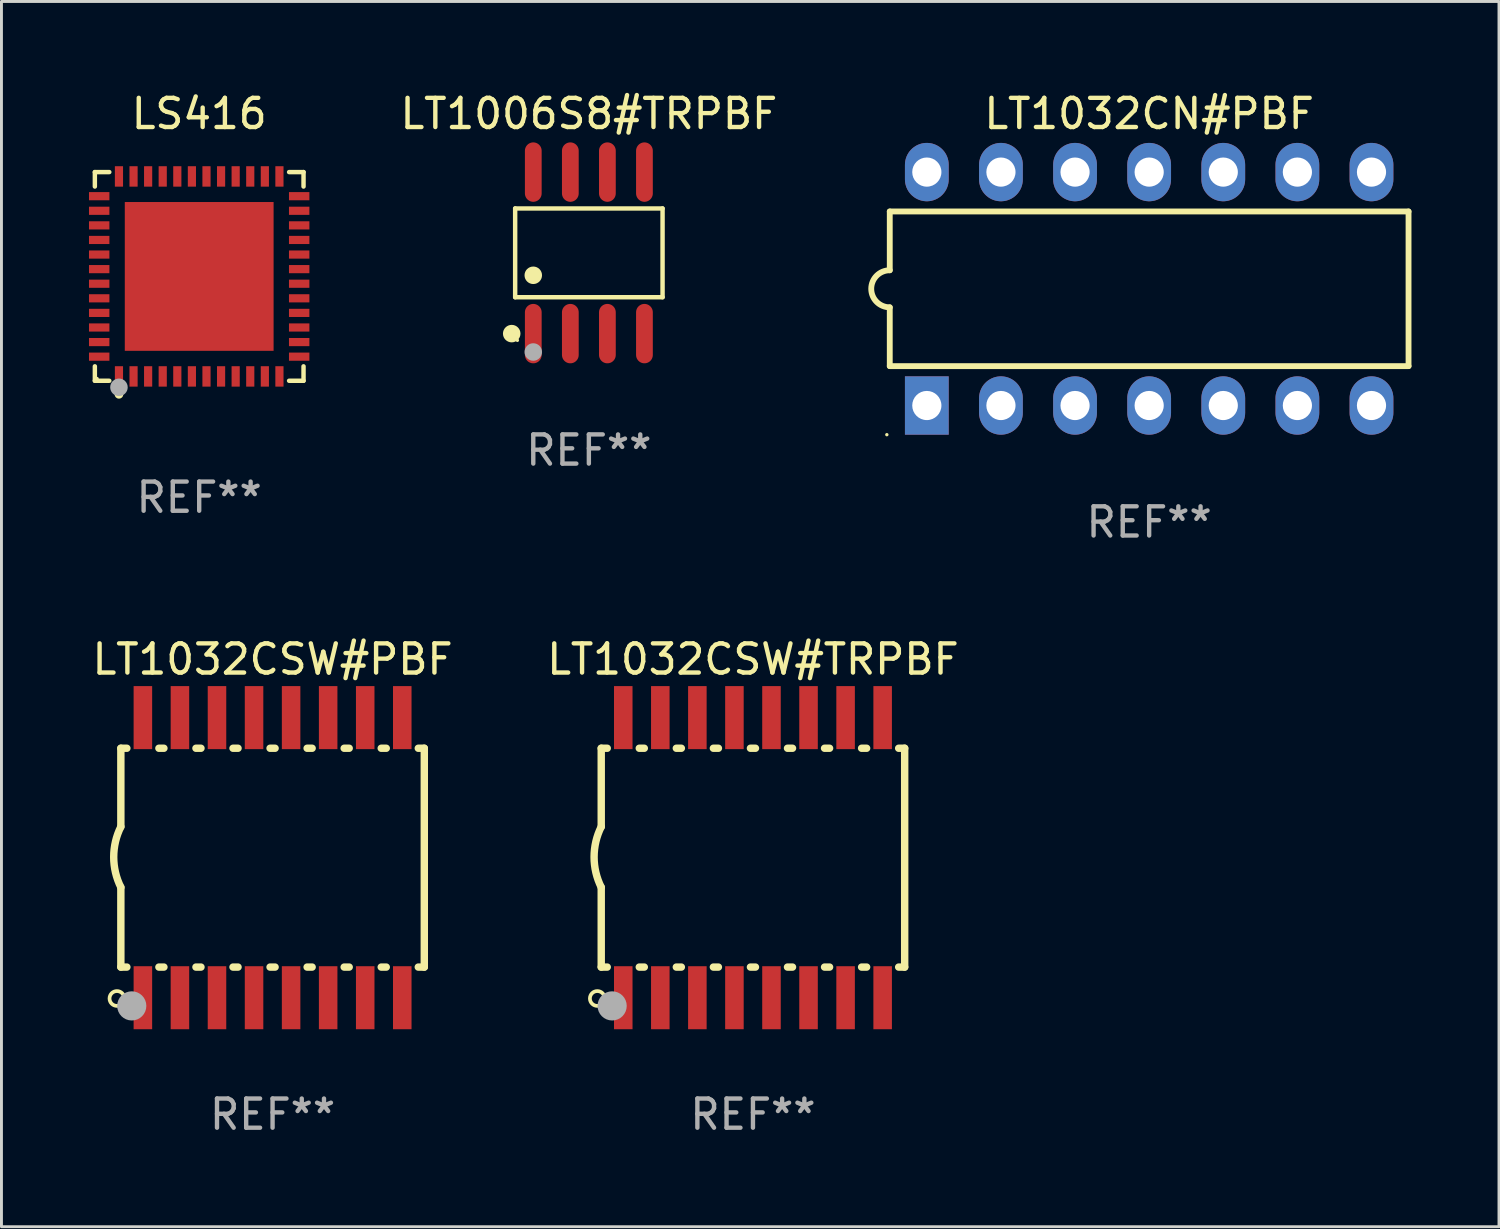
<source format=kicad_pcb>
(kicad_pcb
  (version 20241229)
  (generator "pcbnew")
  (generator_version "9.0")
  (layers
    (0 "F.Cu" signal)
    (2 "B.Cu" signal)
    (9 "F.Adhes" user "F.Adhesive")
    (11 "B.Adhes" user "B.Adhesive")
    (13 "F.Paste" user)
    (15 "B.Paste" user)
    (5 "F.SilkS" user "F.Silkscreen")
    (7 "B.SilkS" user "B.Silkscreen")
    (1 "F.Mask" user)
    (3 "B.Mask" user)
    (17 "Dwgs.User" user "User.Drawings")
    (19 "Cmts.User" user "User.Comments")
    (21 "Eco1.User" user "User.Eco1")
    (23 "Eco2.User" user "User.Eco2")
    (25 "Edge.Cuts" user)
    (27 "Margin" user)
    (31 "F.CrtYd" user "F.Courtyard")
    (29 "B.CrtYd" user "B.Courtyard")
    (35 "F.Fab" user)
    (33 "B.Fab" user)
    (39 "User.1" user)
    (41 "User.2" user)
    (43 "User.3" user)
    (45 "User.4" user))
  (footprint "LS416"
    (layer "F.Cu")
    (at 3.777 6.424)
    (property "Reference" "LS416" (at 0 -5.576 0) (layer "F.SilkS") (effects (font (size 1 1) (thickness 0.15))))
    (attr through_hole)
    (fp_line (start -3.576 -3.576) (end -3.081 -3.576) (stroke (width 0.152) (type solid)) (layer "F.SilkS"))
    (fp_line (start -3.576 -3.081) (end -3.576 -3.576) (stroke (width 0.152) (type solid)) (layer "F.SilkS"))
    (fp_line (start -3.576 3.081) (end -3.576 3.576) (stroke (width 0.152) (type solid)) (layer "F.SilkS"))
    (fp_line (start -3.576 3.576) (end -3.081 3.576) (stroke (width 0.152) (type solid)) (layer "F.SilkS"))
    (fp_line (start 3.576 -3.576) (end 3.081 -3.576) (stroke (width 0.152) (type solid)) (layer "F.SilkS"))
    (fp_line (start 3.576 -3.081) (end 3.576 -3.576) (stroke (width 0.152) (type solid)) (layer "F.SilkS"))
    (fp_line (start 3.576 3.081) (end 3.576 3.576) (stroke (width 0.152) (type solid)) (layer "F.SilkS"))
    (fp_line (start 3.576 3.576) (end 3.081 3.576) (stroke (width 0.152) (type solid)) (layer "F.SilkS"))
    (fp_circle (center -3.5 3.5) (end -3.47 3.5) (stroke (width 0.06) (type solid)) (fill no) (layer "F.SilkS"))
    (fp_circle (center -2.75 4.04) (end -2.675 4.04) (stroke (width 0.15) (type solid)) (fill no) (layer "F.SilkS"))
    (fp_circle (center -2.75 3.8) (end -2.6 3.8) (stroke (width 0.3) (type solid)) (fill no) (layer "F.Fab"))
    (fp_text user "REF**" (at 0 7.576 0) (layer "F.Fab") (effects (font (size 1 1) (thickness 0.15))))
    (pad "1" smd rect (at -2.75 3.427) (size 0.28 0.7) (layers "F.Cu" "F.Mask" "F.Paste"))
    (pad "2" smd rect (at -2.25 3.427) (size 0.28 0.7) (layers "F.Cu" "F.Mask" "F.Paste"))
    (pad "3" smd rect (at -1.75 3.427) (size 0.28 0.7) (layers "F.Cu" "F.Mask" "F.Paste"))
    (pad "4" smd rect (at -1.25 3.427) (size 0.28 0.7) (layers "F.Cu" "F.Mask" "F.Paste"))
    (pad "5" smd rect (at -0.75 3.427) (size 0.28 0.7) (layers "F.Cu" "F.Mask" "F.Paste"))
    (pad "6" smd rect (at -0.25 3.427) (size 0.28 0.7) (layers "F.Cu" "F.Mask" "F.Paste"))
    (pad "7" smd rect (at 0.25 3.427) (size 0.28 0.7) (layers "F.Cu" "F.Mask" "F.Paste"))
    (pad "8" smd rect (at 0.75 3.427) (size 0.28 0.7) (layers "F.Cu" "F.Mask" "F.Paste"))
    (pad "9" smd rect (at 1.25 3.427) (size 0.28 0.7) (layers "F.Cu" "F.Mask" "F.Paste"))
    (pad "10" smd rect (at 1.75 3.427) (size 0.28 0.7) (layers "F.Cu" "F.Mask" "F.Paste"))
    (pad "11" smd rect (at 2.25 3.427) (size 0.28 0.7) (layers "F.Cu" "F.Mask" "F.Paste"))
    (pad "12" smd rect (at 2.75 3.427) (size 0.28 0.7) (layers "F.Cu" "F.Mask" "F.Paste"))
    (pad "13" smd rect (at 3.427 2.75) (size 0.7 0.28) (layers "F.Cu" "F.Mask" "F.Paste"))
    (pad "14" smd rect (at 3.427 2.25) (size 0.7 0.28) (layers "F.Cu" "F.Mask" "F.Paste"))
    (pad "15" smd rect (at 3.427 1.75) (size 0.7 0.28) (layers "F.Cu" "F.Mask" "F.Paste"))
    (pad "16" smd rect (at 3.427 1.25) (size 0.7 0.28) (layers "F.Cu" "F.Mask" "F.Paste"))
    (pad "17" smd rect (at 3.427 0.75) (size 0.7 0.28) (layers "F.Cu" "F.Mask" "F.Paste"))
    (pad "18" smd rect (at 3.427 0.25) (size 0.7 0.28) (layers "F.Cu" "F.Mask" "F.Paste"))
    (pad "19" smd rect (at 3.427 -0.25) (size 0.7 0.28) (layers "F.Cu" "F.Mask" "F.Paste"))
    (pad "20" smd rect (at 3.427 -0.75) (size 0.7 0.28) (layers "F.Cu" "F.Mask" "F.Paste"))
    (pad "21" smd rect (at 3.427 -1.25) (size 0.7 0.28) (layers "F.Cu" "F.Mask" "F.Paste"))
    (pad "22" smd rect (at 3.427 -1.75) (size 0.7 0.28) (layers "F.Cu" "F.Mask" "F.Paste"))
    (pad "23" smd rect (at 3.427 -2.25) (size 0.7 0.28) (layers "F.Cu" "F.Mask" "F.Paste"))
    (pad "24" smd rect (at 3.427 -2.75) (size 0.7 0.28) (layers "F.Cu" "F.Mask" "F.Paste"))
    (pad "25" smd rect (at 2.75 -3.427) (size 0.28 0.7) (layers "F.Cu" "F.Mask" "F.Paste"))
    (pad "26" smd rect (at 2.25 -3.427) (size 0.28 0.7) (layers "F.Cu" "F.Mask" "F.Paste"))
    (pad "27" smd rect (at 1.75 -3.427) (size 0.28 0.7) (layers "F.Cu" "F.Mask" "F.Paste"))
    (pad "28" smd rect (at 1.25 -3.427) (size 0.28 0.7) (layers "F.Cu" "F.Mask" "F.Paste"))
    (pad "29" smd rect (at 0.75 -3.427) (size 0.28 0.7) (layers "F.Cu" "F.Mask" "F.Paste"))
    (pad "30" smd rect (at 0.25 -3.427) (size 0.28 0.7) (layers "F.Cu" "F.Mask" "F.Paste"))
    (pad "31" smd rect (at -0.25 -3.427) (size 0.28 0.7) (layers "F.Cu" "F.Mask" "F.Paste"))
    (pad "32" smd rect (at -0.75 -3.427) (size 0.28 0.7) (layers "F.Cu" "F.Mask" "F.Paste"))
    (pad "33" smd rect (at -1.25 -3.427) (size 0.28 0.7) (layers "F.Cu" "F.Mask" "F.Paste"))
    (pad "34" smd rect (at -1.75 -3.427) (size 0.28 0.7) (layers "F.Cu" "F.Mask" "F.Paste"))
    (pad "35" smd rect (at -2.25 -3.427) (size 0.28 0.7) (layers "F.Cu" "F.Mask" "F.Paste"))
    (pad "36" smd rect (at -2.75 -3.427) (size 0.28 0.7) (layers "F.Cu" "F.Mask" "F.Paste"))
    (pad "37" smd rect (at -3.427 -2.75) (size 0.7 0.28) (layers "F.Cu" "F.Mask" "F.Paste"))
    (pad "38" smd rect (at -3.427 -2.25) (size 0.7 0.28) (layers "F.Cu" "F.Mask" "F.Paste"))
    (pad "39" smd rect (at -3.427 -1.75) (size 0.7 0.28) (layers "F.Cu" "F.Mask" "F.Paste"))
    (pad "40" smd rect (at -3.427 -1.25) (size 0.7 0.28) (layers "F.Cu" "F.Mask" "F.Paste"))
    (pad "41" smd rect (at -3.427 -0.75) (size 0.7 0.28) (layers "F.Cu" "F.Mask" "F.Paste"))
    (pad "42" smd rect (at -3.427 -0.25) (size 0.7 0.28) (layers "F.Cu" "F.Mask" "F.Paste"))
    (pad "43" smd rect (at -3.427 0.25) (size 0.7 0.28) (layers "F.Cu" "F.Mask" "F.Paste"))
    (pad "44" smd rect (at -3.427 0.75) (size 0.7 0.28) (layers "F.Cu" "F.Mask" "F.Paste"))
    (pad "45" smd rect (at -3.427 1.25) (size 0.7 0.28) (layers "F.Cu" "F.Mask" "F.Paste"))
    (pad "46" smd rect (at -3.427 1.75) (size 0.7 0.28) (layers "F.Cu" "F.Mask" "F.Paste"))
    (pad "47" smd rect (at -3.427 2.25) (size 0.7 0.28) (layers "F.Cu" "F.Mask" "F.Paste"))
    (pad "48" smd rect (at -3.427 2.75) (size 0.7 0.28) (layers "F.Cu" "F.Mask" "F.Paste"))
    (pad "49" smd rect (at 0 0) (size 5.1 5.1) (layers "F.Cu" "F.Mask" "F.Paste")))
  (footprint "LT1006S8#TRPBF"
    (layer "F.Cu")
    (at 17.132 5.616)
    (property "Reference" "LT1006S8#TRPBF" (at 0 -4.768 0) (layer "F.SilkS") (effects (font (size 1 1) (thickness 0.15))))
    (attr through_hole)
    (fp_line (start -2.526 -1.521) (end 2.526 -1.521) (stroke (width 0.152) (type solid)) (layer "F.SilkS"))
    (fp_line (start -2.526 1.521) (end -2.526 -1.521) (stroke (width 0.152) (type solid)) (layer "F.SilkS"))
    (fp_line (start 2.526 -1.521) (end 2.526 1.521) (stroke (width 0.152) (type solid)) (layer "F.SilkS"))
    (fp_line (start 2.526 1.521) (end -2.526 1.521) (stroke (width 0.152) (type solid)) (layer "F.SilkS"))
    (fp_circle (center -2.644 2.768) (end -2.494 2.768) (stroke (width 0.3) (type solid)) (fill no) (layer "F.SilkS"))
    (fp_circle (center -2.45 2.998) (end -2.42 2.998) (stroke (width 0.06) (type solid)) (fill no) (layer "F.SilkS"))
    (fp_circle (center -1.905 0.769) (end -1.755 0.769) (stroke (width 0.3) (type solid)) (fill no) (layer "F.SilkS"))
    (fp_circle (center -1.905 3.398) (end -1.755 3.398) (stroke (width 0.3) (type solid)) (fill no) (layer "F.Fab"))
    (fp_text user "REF**" (at 0 6.768 0) (layer "F.Fab") (effects (font (size 1 1) (thickness 0.15))))
    (pad "1" smd oval (at -1.905 2.768) (size 0.574 2.036) (layers "F.Cu" "F.Mask" "F.Paste"))
    (pad "2" smd oval (at -0.635 2.768) (size 0.574 2.036) (layers "F.Cu" "F.Mask" "F.Paste"))
    (pad "3" smd oval (at 0.635 2.768) (size 0.574 2.036) (layers "F.Cu" "F.Mask" "F.Paste"))
    (pad "4" smd oval (at 1.905 2.768) (size 0.574 2.036) (layers "F.Cu" "F.Mask" "F.Paste"))
    (pad "5" smd oval (at 1.905 -2.768) (size 0.574 2.036) (layers "F.Cu" "F.Mask" "F.Paste"))
    (pad "6" smd oval (at 0.635 -2.768) (size 0.574 2.036) (layers "F.Cu" "F.Mask" "F.Paste"))
    (pad "7" smd oval (at -0.635 -2.768) (size 0.574 2.036) (layers "F.Cu" "F.Mask" "F.Paste"))
    (pad "8" smd oval (at -1.905 -2.768) (size 0.574 2.036) (layers "F.Cu" "F.Mask" "F.Paste")))
  (footprint "LT1032CSW#TRPBF"
    (layer "F.Cu")
    (at 22.756 26.345)
    (property "Reference" "LT1032CSW#TRPBF" (at 0 -6.8 0) (layer "F.SilkS") (effects (font (size 1 1) (thickness 0.15))))
    (attr through_hole)
    (fp_line (start -5.2 -3.75) (end -5.2 -1.06) (stroke (width 0.254) (type solid)) (layer "F.SilkS"))
    (fp_line (start -5.2 -3.75) (end -4.994 -3.75) (stroke (width 0.254) (type solid)) (layer "F.SilkS"))
    (fp_line (start -5.2 3.75) (end -5.2 1.016) (stroke (width 0.254) (type solid)) (layer "F.SilkS"))
    (fp_line (start -5.2 3.75) (end -4.994 3.75) (stroke (width 0.254) (type solid)) (layer "F.SilkS"))
    (fp_line (start -3.896 -3.75) (end -3.724 -3.75) (stroke (width 0.254) (type solid)) (layer "F.SilkS"))
    (fp_line (start -3.896 3.75) (end -3.724 3.75) (stroke (width 0.254) (type solid)) (layer "F.SilkS"))
    (fp_line (start -2.626 -3.75) (end -2.454 -3.75) (stroke (width 0.254) (type solid)) (layer "F.SilkS"))
    (fp_line (start -2.626 3.75) (end -2.454 3.75) (stroke (width 0.254) (type solid)) (layer "F.SilkS"))
    (fp_line (start -1.356 -3.75) (end -1.184 -3.75) (stroke (width 0.254) (type solid)) (layer "F.SilkS"))
    (fp_line (start -1.356 3.75) (end -1.184 3.75) (stroke (width 0.254) (type solid)) (layer "F.SilkS"))
    (fp_line (start -0.086 -3.75) (end 0.086 -3.75) (stroke (width 0.254) (type solid)) (layer "F.SilkS"))
    (fp_line (start -0.086 3.75) (end 0.086 3.75) (stroke (width 0.254) (type solid)) (layer "F.SilkS"))
    (fp_line (start 1.184 -3.75) (end 1.356 -3.75) (stroke (width 0.254) (type solid)) (layer "F.SilkS"))
    (fp_line (start 1.184 3.75) (end 1.356 3.75) (stroke (width 0.254) (type solid)) (layer "F.SilkS"))
    (fp_line (start 2.454 -3.75) (end 2.626 -3.75) (stroke (width 0.254) (type solid)) (layer "F.SilkS"))
    (fp_line (start 2.454 3.75) (end 2.626 3.75) (stroke (width 0.254) (type solid)) (layer "F.SilkS"))
    (fp_line (start 3.724 -3.75) (end 3.896 -3.75) (stroke (width 0.254) (type solid)) (layer "F.SilkS"))
    (fp_line (start 3.724 3.75) (end 3.896 3.75) (stroke (width 0.254) (type solid)) (layer "F.SilkS"))
    (fp_line (start 4.994 -3.75) (end 5.2 -3.75) (stroke (width 0.254) (type solid)) (layer "F.SilkS"))
    (fp_line (start 4.994 3.75) (end 5.2 3.75) (stroke (width 0.254) (type solid)) (layer "F.SilkS"))
    (fp_line (start 5.2 3.75) (end 5.2 -3.75) (stroke (width 0.254) (type solid)) (layer "F.SilkS"))
    (fp_arc (start -5.199391 1.016002) (mid -5.444637 -0.021925) (end -5.2 -1.059995) (stroke (width 0.254001) (type solid)) (layer "F.SilkS"))
    (fp_circle (center -5.334 4.826) (end -5.08 4.826) (stroke (width 0.127) (type solid)) (fill no) (layer "F.SilkS"))
    (fp_circle (center -5.15 5.15) (end -5.12 5.15) (stroke (width 0.06) (type solid)) (fill no) (layer "F.SilkS"))
    (fp_circle (center -4.826 5.08) (end -4.576 5.08) (stroke (width 0.5) (type solid)) (fill no) (layer "F.Fab"))
    (fp_text user "REF**" (at 0 8.8 0) (layer "F.Fab") (effects (font (size 1 1) (thickness 0.15))))
    (pad "1" smd rect (at -4.445 4.8) (size 0.635 2.16) (layers "F.Cu" "F.Mask" "F.Paste"))
    (pad "2" smd rect (at -3.175 4.8) (size 0.635 2.16) (layers "F.Cu" "F.Mask" "F.Paste"))
    (pad "3" smd rect (at -1.905 4.8) (size 0.635 2.16) (layers "F.Cu" "F.Mask" "F.Paste"))
    (pad "4" smd rect (at -0.635 4.8) (size 0.635 2.16) (layers "F.Cu" "F.Mask" "F.Paste"))
    (pad "5" smd rect (at 0.635 4.8) (size 0.635 2.16) (layers "F.Cu" "F.Mask" "F.Paste"))
    (pad "6" smd rect (at 1.905 4.8) (size 0.635 2.16) (layers "F.Cu" "F.Mask" "F.Paste"))
    (pad "7" smd rect (at 3.175 4.8) (size 0.635 2.16) (layers "F.Cu" "F.Mask" "F.Paste"))
    (pad "8" smd rect (at 4.445 4.8) (size 0.635 2.16) (layers "F.Cu" "F.Mask" "F.Paste"))
    (pad "9" smd rect (at 4.445 -4.8) (size 0.635 2.16) (layers "F.Cu" "F.Mask" "F.Paste"))
    (pad "10" smd rect (at 3.175 -4.8) (size 0.635 2.16) (layers "F.Cu" "F.Mask" "F.Paste"))
    (pad "11" smd rect (at 1.905 -4.8) (size 0.635 2.16) (layers "F.Cu" "F.Mask" "F.Paste"))
    (pad "12" smd rect (at 0.635 -4.8) (size 0.635 2.16) (layers "F.Cu" "F.Mask" "F.Paste"))
    (pad "13" smd rect (at -0.635 -4.8) (size 0.635 2.16) (layers "F.Cu" "F.Mask" "F.Paste"))
    (pad "14" smd rect (at -1.905 -4.8) (size 0.635 2.16) (layers "F.Cu" "F.Mask" "F.Paste"))
    (pad "15" smd rect (at -3.175 -4.8) (size 0.635 2.16) (layers "F.Cu" "F.Mask" "F.Paste"))
    (pad "16" smd rect (at -4.445 -4.8) (size 0.635 2.16) (layers "F.Cu" "F.Mask" "F.Paste")))
  (footprint "LT1032CSW#PBF"
    (layer "F.Cu")
    (at 6.292 26.345)
    (property "Reference" "LT1032CSW#PBF" (at 0 -6.8 0) (layer "F.SilkS") (effects (font (size 1 1) (thickness 0.15))))
    (attr through_hole)
    (fp_line (start -5.2 -3.75) (end -5.2 -1.06) (stroke (width 0.254) (type solid)) (layer "F.SilkS"))
    (fp_line (start -5.2 -3.75) (end -4.994 -3.75) (stroke (width 0.254) (type solid)) (layer "F.SilkS"))
    (fp_line (start -5.2 3.75) (end -5.2 1.016) (stroke (width 0.254) (type solid)) (layer "F.SilkS"))
    (fp_line (start -5.2 3.75) (end -4.994 3.75) (stroke (width 0.254) (type solid)) (layer "F.SilkS"))
    (fp_line (start -3.896 -3.75) (end -3.724 -3.75) (stroke (width 0.254) (type solid)) (layer "F.SilkS"))
    (fp_line (start -3.896 3.75) (end -3.724 3.75) (stroke (width 0.254) (type solid)) (layer "F.SilkS"))
    (fp_line (start -2.626 -3.75) (end -2.454 -3.75) (stroke (width 0.254) (type solid)) (layer "F.SilkS"))
    (fp_line (start -2.626 3.75) (end -2.454 3.75) (stroke (width 0.254) (type solid)) (layer "F.SilkS"))
    (fp_line (start -1.356 -3.75) (end -1.184 -3.75) (stroke (width 0.254) (type solid)) (layer "F.SilkS"))
    (fp_line (start -1.356 3.75) (end -1.184 3.75) (stroke (width 0.254) (type solid)) (layer "F.SilkS"))
    (fp_line (start -0.086 -3.75) (end 0.086 -3.75) (stroke (width 0.254) (type solid)) (layer "F.SilkS"))
    (fp_line (start -0.086 3.75) (end 0.086 3.75) (stroke (width 0.254) (type solid)) (layer "F.SilkS"))
    (fp_line (start 1.184 -3.75) (end 1.356 -3.75) (stroke (width 0.254) (type solid)) (layer "F.SilkS"))
    (fp_line (start 1.184 3.75) (end 1.356 3.75) (stroke (width 0.254) (type solid)) (layer "F.SilkS"))
    (fp_line (start 2.454 -3.75) (end 2.626 -3.75) (stroke (width 0.254) (type solid)) (layer "F.SilkS"))
    (fp_line (start 2.454 3.75) (end 2.626 3.75) (stroke (width 0.254) (type solid)) (layer "F.SilkS"))
    (fp_line (start 3.724 -3.75) (end 3.896 -3.75) (stroke (width 0.254) (type solid)) (layer "F.SilkS"))
    (fp_line (start 3.724 3.75) (end 3.896 3.75) (stroke (width 0.254) (type solid)) (layer "F.SilkS"))
    (fp_line (start 4.994 -3.75) (end 5.2 -3.75) (stroke (width 0.254) (type solid)) (layer "F.SilkS"))
    (fp_line (start 4.994 3.75) (end 5.2 3.75) (stroke (width 0.254) (type solid)) (layer "F.SilkS"))
    (fp_line (start 5.2 3.75) (end 5.2 -3.75) (stroke (width 0.254) (type solid)) (layer "F.SilkS"))
    (fp_arc (start -5.199391 1.016002) (mid -5.444637 -0.021925) (end -5.2 -1.059995) (stroke (width 0.254001) (type solid)) (layer "F.SilkS"))
    (fp_circle (center -5.334 4.826) (end -5.08 4.826) (stroke (width 0.127) (type solid)) (fill no) (layer "F.SilkS"))
    (fp_circle (center -5.15 5.15) (end -5.12 5.15) (stroke (width 0.06) (type solid)) (fill no) (layer "F.SilkS"))
    (fp_circle (center -4.826 5.08) (end -4.576 5.08) (stroke (width 0.5) (type solid)) (fill no) (layer "F.Fab"))
    (fp_text user "REF**" (at 0 8.8 0) (layer "F.Fab") (effects (font (size 1 1) (thickness 0.15))))
    (pad "1" smd rect (at -4.445 4.8) (size 0.635 2.16) (layers "F.Cu" "F.Mask" "F.Paste"))
    (pad "2" smd rect (at -3.175 4.8) (size 0.635 2.16) (layers "F.Cu" "F.Mask" "F.Paste"))
    (pad "3" smd rect (at -1.905 4.8) (size 0.635 2.16) (layers "F.Cu" "F.Mask" "F.Paste"))
    (pad "4" smd rect (at -0.635 4.8) (size 0.635 2.16) (layers "F.Cu" "F.Mask" "F.Paste"))
    (pad "5" smd rect (at 0.635 4.8) (size 0.635 2.16) (layers "F.Cu" "F.Mask" "F.Paste"))
    (pad "6" smd rect (at 1.905 4.8) (size 0.635 2.16) (layers "F.Cu" "F.Mask" "F.Paste"))
    (pad "7" smd rect (at 3.175 4.8) (size 0.635 2.16) (layers "F.Cu" "F.Mask" "F.Paste"))
    (pad "8" smd rect (at 4.445 4.8) (size 0.635 2.16) (layers "F.Cu" "F.Mask" "F.Paste"))
    (pad "9" smd rect (at 4.445 -4.8) (size 0.635 2.16) (layers "F.Cu" "F.Mask" "F.Paste"))
    (pad "10" smd rect (at 3.175 -4.8) (size 0.635 2.16) (layers "F.Cu" "F.Mask" "F.Paste"))
    (pad "11" smd rect (at 1.905 -4.8) (size 0.635 2.16) (layers "F.Cu" "F.Mask" "F.Paste"))
    (pad "12" smd rect (at 0.635 -4.8) (size 0.635 2.16) (layers "F.Cu" "F.Mask" "F.Paste"))
    (pad "13" smd rect (at -0.635 -4.8) (size 0.635 2.16) (layers "F.Cu" "F.Mask" "F.Paste"))
    (pad "14" smd rect (at -1.905 -4.8) (size 0.635 2.16) (layers "F.Cu" "F.Mask" "F.Paste"))
    (pad "15" smd rect (at -3.175 -4.8) (size 0.635 2.16) (layers "F.Cu" "F.Mask" "F.Paste"))
    (pad "16" smd rect (at -4.445 -4.8) (size 0.635 2.16) (layers "F.Cu" "F.Mask" "F.Paste")))
  (footprint "LT1032CN#PBF"
    (layer "F.Cu")
    (at 36.335 6.848)
    (property "Reference" "LT1032CN#PBF" (at 0 -6 0) (layer "F.SilkS") (effects (font (size 1 1) (thickness 0.15))))
    (attr through_hole)
    (fp_line (start -8.89 -2.65) (end -8.89 -0.635) (stroke (width 0.2) (type solid)) (layer "F.SilkS"))
    (fp_line (start -8.89 0.635) (end -8.89 2.65) (stroke (width 0.2) (type solid)) (layer "F.SilkS"))
    (fp_line (start -8.89 2.65) (end 8.89 2.65) (stroke (width 0.2) (type solid)) (layer "F.SilkS"))
    (fp_line (start 8.89 -2.65) (end -8.89 -2.65) (stroke (width 0.2) (type solid)) (layer "F.SilkS"))
    (fp_line (start 8.89 2.65) (end 8.89 -2.65) (stroke (width 0.2) (type solid)) (layer "F.SilkS"))
    (fp_arc (start -8.890018 0.635001) (mid -9.525019 0) (end -8.890018 -0.635001) (stroke (width 0.2) (type solid)) (layer "F.SilkS"))
    (fp_circle (center -8.99 5) (end -8.96 5) (stroke (width 0.06) (type solid)) (fill no) (layer "F.SilkS"))
    (fp_text user "REF**" (at 0 8 0) (layer "F.Fab") (effects (font (size 1 1) (thickness 0.15))))
    (pad "1" thru_hole rect (at -7.62 4 90) (size 2 1.5) (drill 1) (layers "*.Cu" "*.Mask"))
    (pad "2" thru_hole oval (at -5.08 4 90) (size 2 1.5) (drill 1) (layers "*.Cu" "*.Mask"))
    (pad "3" thru_hole oval (at -2.54 4 90) (size 2 1.5) (drill 1) (layers "*.Cu" "*.Mask"))
    (pad "4" thru_hole oval (at 0 4 90) (size 2 1.5) (drill 1) (layers "*.Cu" "*.Mask"))
    (pad "5" thru_hole oval (at 2.54 4 90) (size 2 1.5) (drill 1) (layers "*.Cu" "*.Mask"))
    (pad "6" thru_hole oval (at 5.08 4 90) (size 2 1.5) (drill 1) (layers "*.Cu" "*.Mask"))
    (pad "7" thru_hole oval (at 7.62 4 90) (size 2 1.5) (drill 1) (layers "*.Cu" "*.Mask"))
    (pad "8" thru_hole oval (at 7.62 -4 90) (size 2 1.5) (drill 1) (layers "*.Cu" "*.Mask"))
    (pad "9" thru_hole oval (at 5.08 -4 90) (size 2 1.5) (drill 1) (layers "*.Cu" "*.Mask"))
    (pad "10" thru_hole oval (at 2.54 -4 90) (size 2 1.5) (drill 1) (layers "*.Cu" "*.Mask"))
    (pad "11" thru_hole oval (at 0 -4 90) (size 2 1.5) (drill 1) (layers "*.Cu" "*.Mask"))
    (pad "12" thru_hole oval (at -2.54 -4 90) (size 2 1.5) (drill 1) (layers "*.Cu" "*.Mask"))
    (pad "13" thru_hole oval (at -5.08 -4 90) (size 2 1.5) (drill 1) (layers "*.Cu" "*.Mask"))
    (pad "14" thru_hole oval (at -7.62 -4 90) (size 2 1.5) (drill 1) (layers "*.Cu" "*.Mask")))
  (gr_rect
    (start -3 -3)
    (end 48.325 38.993)
    (stroke (width 0.1) (type default))
    (fill no)
    (layer "Edge.Cuts")))
</source>
